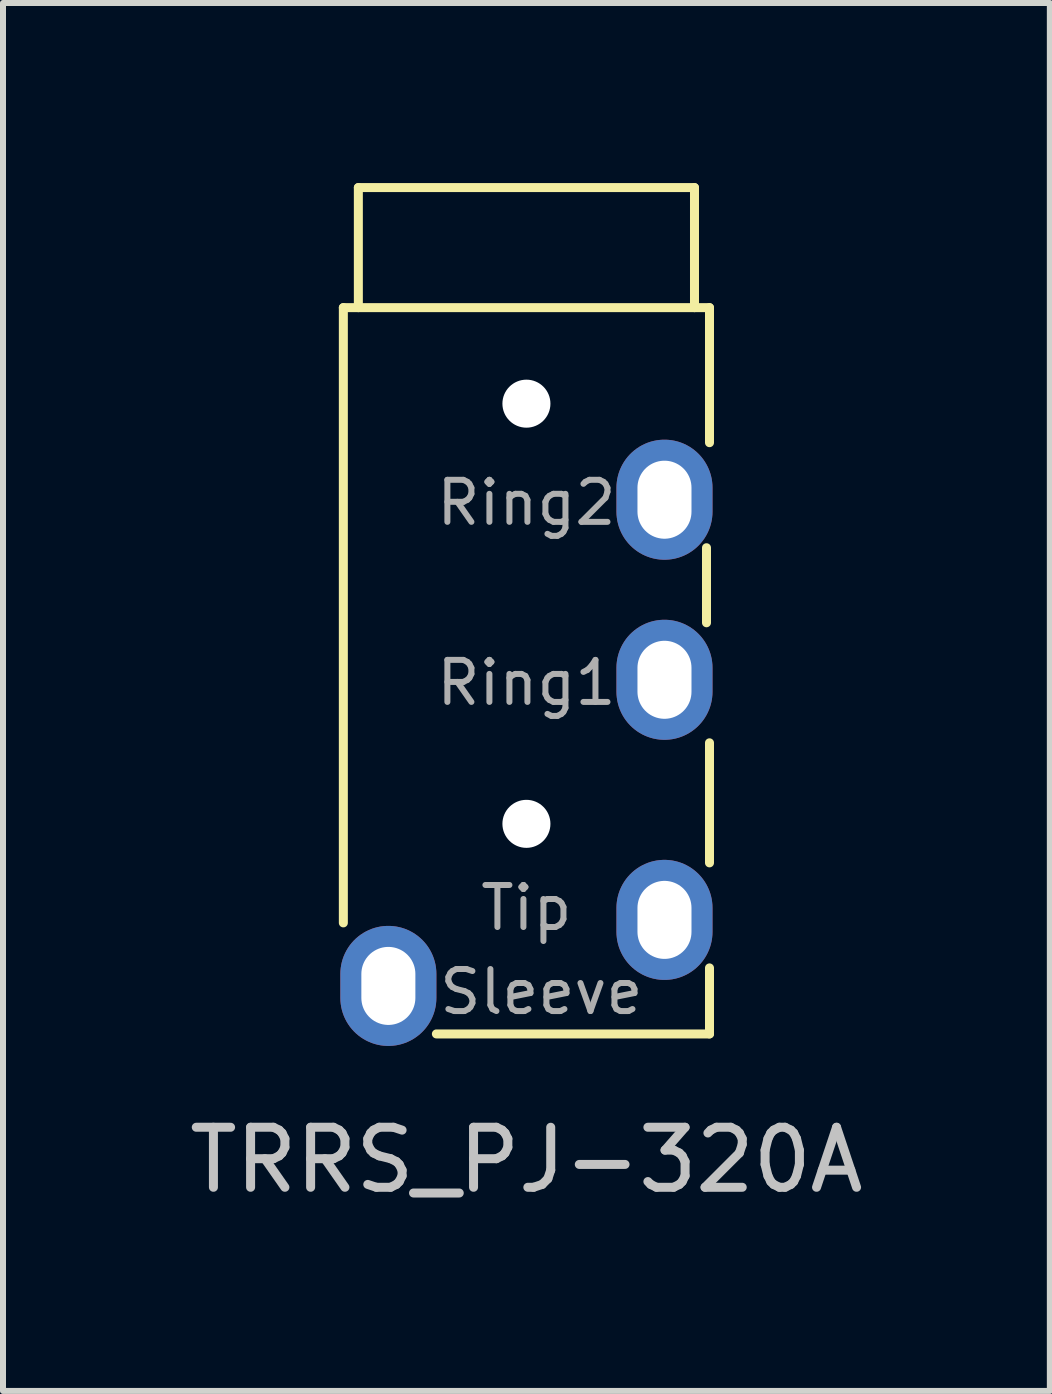
<source format=kicad_pcb>
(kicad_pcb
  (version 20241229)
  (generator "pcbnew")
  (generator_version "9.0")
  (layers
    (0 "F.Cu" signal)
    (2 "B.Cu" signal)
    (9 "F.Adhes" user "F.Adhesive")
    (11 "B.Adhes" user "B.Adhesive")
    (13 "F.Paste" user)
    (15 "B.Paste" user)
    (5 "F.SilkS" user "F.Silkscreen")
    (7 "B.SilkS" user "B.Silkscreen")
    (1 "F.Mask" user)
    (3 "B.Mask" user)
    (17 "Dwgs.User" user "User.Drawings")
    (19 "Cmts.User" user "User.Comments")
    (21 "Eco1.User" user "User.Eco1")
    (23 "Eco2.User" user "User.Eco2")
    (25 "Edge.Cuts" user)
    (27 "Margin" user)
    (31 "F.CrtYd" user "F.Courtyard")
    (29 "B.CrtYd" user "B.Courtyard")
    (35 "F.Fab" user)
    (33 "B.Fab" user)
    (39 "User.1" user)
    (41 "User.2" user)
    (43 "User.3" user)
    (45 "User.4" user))
  (footprint "TRRS_PJ-320A"
    (layer "F.Cu")
    (at 5.72 2.075)
    (property "Reference" "TRRS_PJ-320A" (at 0 14.2 0) (layer "Dwgs.User") (effects (font (size 1 1) (thickness 0.15))))
    (attr through_hole)
    (fp_line (start -3.05 0) (end -3.05 10.25) (stroke (width 0.15) (type solid)) (layer "F.SilkS"))
    (fp_line (start -2.8 0) (end -2.8 -2) (stroke (width 0.15) (type solid)) (layer "F.SilkS"))
    (fp_line (start 2.8 -2) (end -2.8 -2) (stroke (width 0.15) (type solid)) (layer "F.SilkS"))
    (fp_line (start 2.8 0) (end 2.8 -2) (stroke (width 0.15) (type solid)) (layer "F.SilkS"))
    (fp_line (start 3 4) (end 3 5.25) (stroke (width 0.15) (type solid)) (layer "F.SilkS"))
    (fp_line (start 3.05 0) (end -3.05 0) (stroke (width 0.15) (type solid)) (layer "F.SilkS"))
    (fp_line (start 3.05 0) (end 3.05 2.25) (stroke (width 0.15) (type solid)) (layer "F.SilkS"))
    (fp_line (start 3.05 7.25) (end 3.05 9.25) (stroke (width 0.15) (type solid)) (layer "F.SilkS"))
    (fp_line (start 3.05 11) (end 3.05 12.1) (stroke (width 0.15) (type solid)) (layer "F.SilkS"))
    (fp_line (start 3.05 12.1) (end -1.5 12.1) (stroke (width 0.15) (type solid)) (layer "F.SilkS"))
    (fp_text user "Tip" (at 0 10 0) (layer "F.Fab") (effects (font (size 0.7 0.7) (thickness 0.1))))
    (fp_text user "Ring1" (at 0 6.25 0) (layer "F.Fab") (effects (font (size 0.7 0.7) (thickness 0.1))))
    (fp_text user "Sleeve" (at 0.25 11.4 0) (layer "F.Fab") (effects (font (size 0.7 0.7) (thickness 0.1))))
    (fp_text user "Ring2" (at 0 3.25 0) (layer "F.Fab") (effects (font (size 0.7 0.7) (thickness 0.1))))
    (pad "" np_thru_hole circle (at 0 1.6) (size 0.8 0.8) (drill 0.8) (layers "*.Cu" "*.Mask"))
    (pad "" np_thru_hole circle (at 0 8.6) (size 0.8 0.8) (drill 0.8) (layers "*.Cu" "*.Mask"))
    (pad "1" thru_hole oval (at -2.3 11.3) (size 1.6 2) (drill oval 0.9 1.3) (layers "*.Cu" "*.Mask"))
    (pad "2" thru_hole oval (at 2.3 10.2) (size 1.6 2) (drill oval 0.9 1.3) (layers "*.Cu" "*.Mask"))
    (pad "3" thru_hole oval (at 2.3 6.2) (size 1.6 2) (drill oval 0.9 1.3) (layers "*.Cu" "*.Mask"))
    (pad "4" thru_hole oval (at 2.3 3.2) (size 1.6 2) (drill oval 0.9 1.3) (layers "*.Cu" "*.Mask")))
  (gr_rect
    (start -3 -3)
    (end 14.44 20.123)
    (stroke (width 0.1) (type default))
    (fill no)
    (layer "Edge.Cuts")))
</source>
